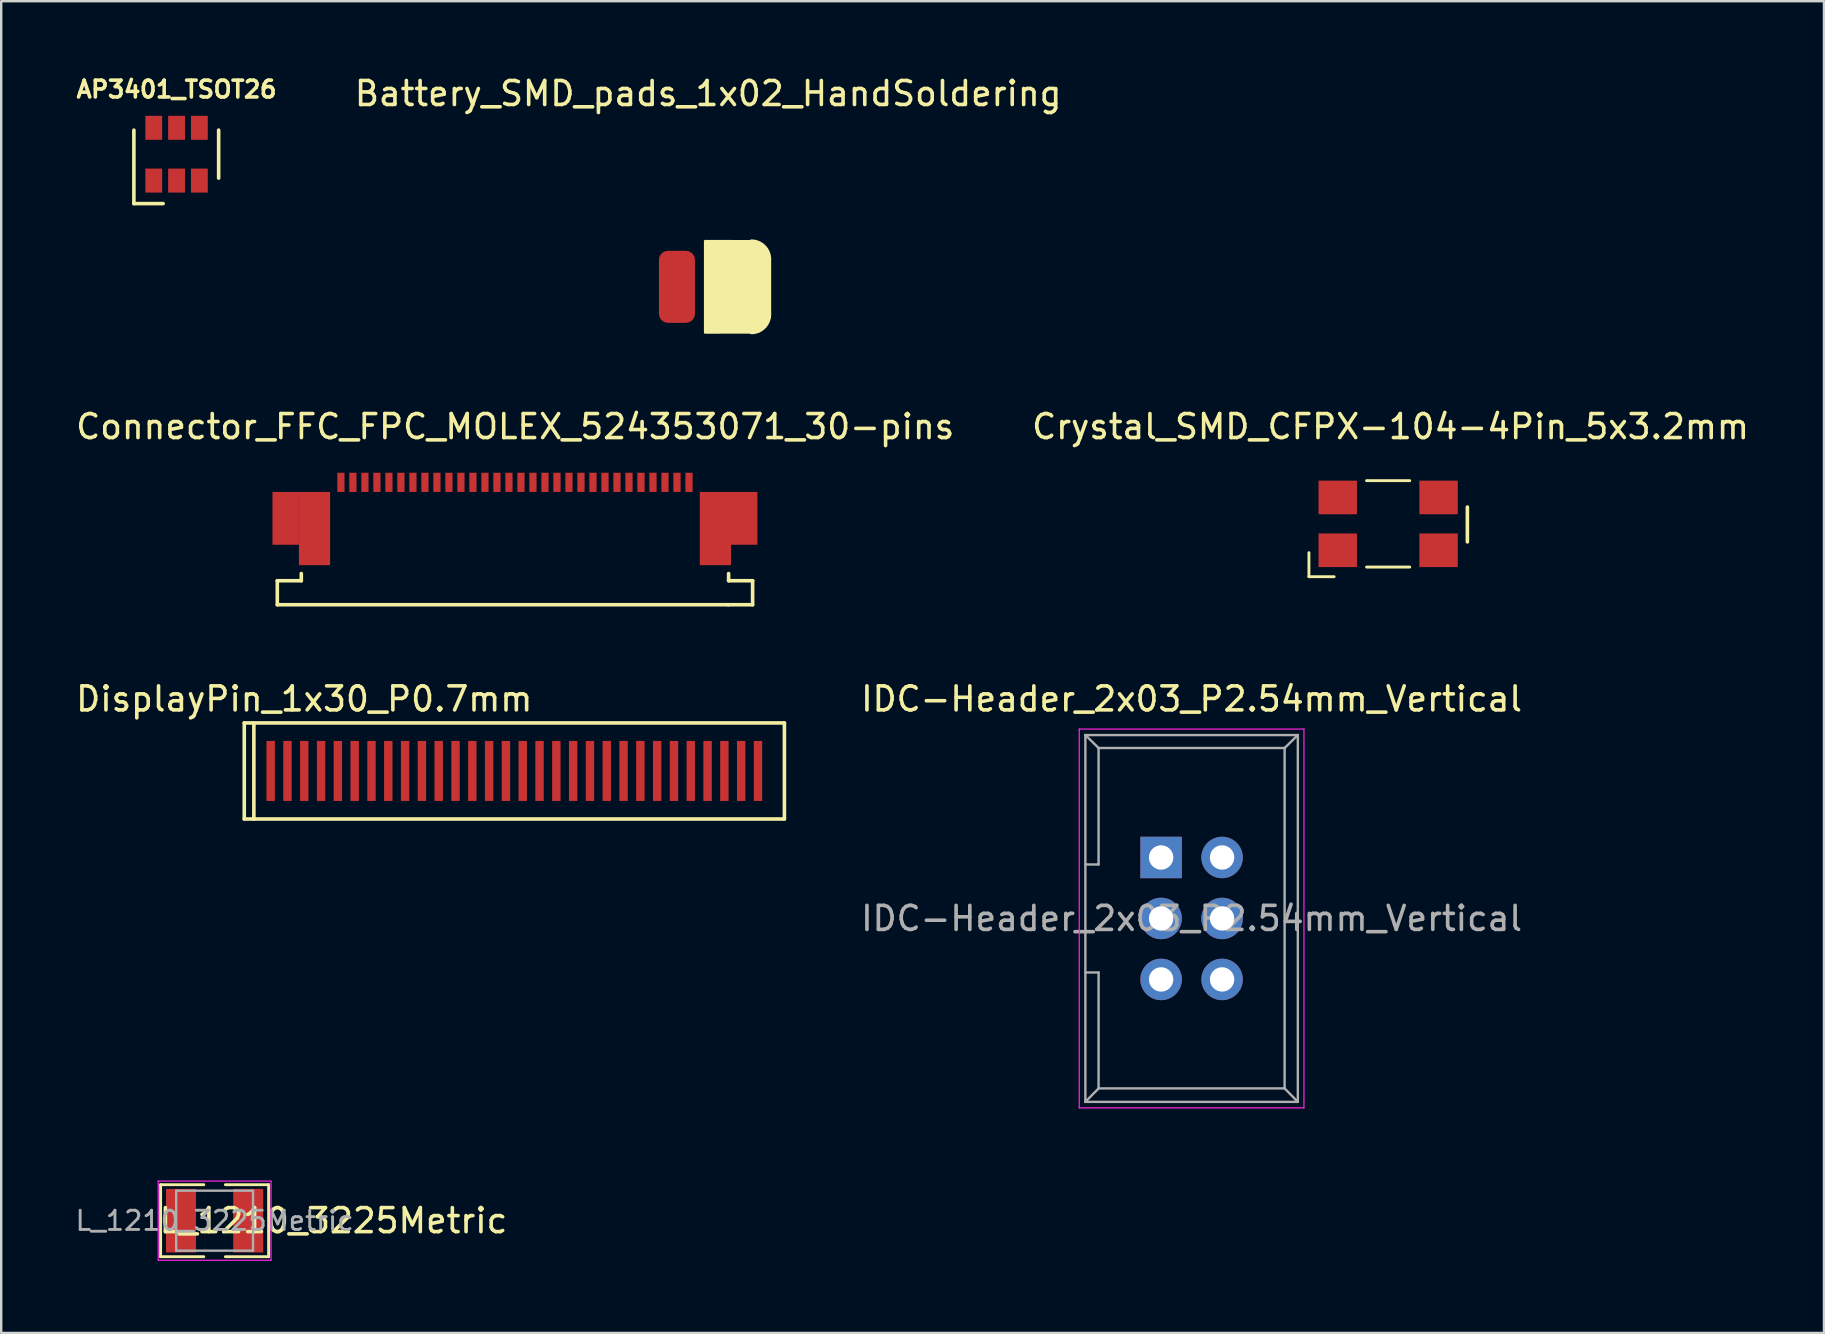
<source format=kicad_pcb>
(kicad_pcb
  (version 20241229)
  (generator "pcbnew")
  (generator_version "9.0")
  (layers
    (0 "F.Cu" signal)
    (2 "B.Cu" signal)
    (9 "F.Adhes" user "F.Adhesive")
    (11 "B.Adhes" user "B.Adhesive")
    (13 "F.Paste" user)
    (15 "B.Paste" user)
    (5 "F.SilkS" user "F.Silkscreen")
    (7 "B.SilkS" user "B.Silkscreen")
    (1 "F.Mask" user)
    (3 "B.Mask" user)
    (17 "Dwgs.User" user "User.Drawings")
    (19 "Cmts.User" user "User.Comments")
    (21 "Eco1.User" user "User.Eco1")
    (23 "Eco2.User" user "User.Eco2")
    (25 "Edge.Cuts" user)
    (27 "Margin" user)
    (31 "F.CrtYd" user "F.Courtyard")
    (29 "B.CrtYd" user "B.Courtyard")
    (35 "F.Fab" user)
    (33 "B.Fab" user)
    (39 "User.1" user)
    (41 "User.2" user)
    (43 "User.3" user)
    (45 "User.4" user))
  (footprint "L_1210_3225Metric"
    (layer "F.Cu")
    (at 5.89 47.799)
    (property "Reference" "L_1210_3225Metric" (at 4.95 0 0) (layer "F.SilkS") (effects (font (size 1 1) (thickness 0.15))))
    (attr smd)
    (fp_line (start -2.25 -1.5) (end -2.25 1.5) (stroke (width 0.12) (type solid)) (layer "F.SilkS"))
    (fp_line (start -2.25 -1.5) (end -0.45 -1.5) (stroke (width 0.12) (type solid)) (layer "F.SilkS"))
    (fp_line (start -2.25 1.5) (end -0.45 1.5) (stroke (width 0.12) (type solid)) (layer "F.SilkS"))
    (fp_line (start 0.45 -1.5) (end 2.25 -1.5) (stroke (width 0.12) (type solid)) (layer "F.SilkS"))
    (fp_line (start 0.45 1.5) (end 2.25 1.5) (stroke (width 0.12) (type solid)) (layer "F.SilkS"))
    (fp_line (start 2.25 -1.5) (end 2.25 1.5) (stroke (width 0.12) (type solid)) (layer "F.SilkS"))
    (fp_line (start -2.35 -1.65) (end 2.35 -1.65) (stroke (width 0.05) (type solid)) (layer "F.CrtYd"))
    (fp_line (start -2.35 1.65) (end -2.35 -1.65) (stroke (width 0.05) (type solid)) (layer "F.CrtYd"))
    (fp_line (start 2.35 -1.65) (end 2.35 1.65) (stroke (width 0.05) (type solid)) (layer "F.CrtYd"))
    (fp_line (start 2.35 1.65) (end -2.35 1.65) (stroke (width 0.05) (type solid)) (layer "F.CrtYd"))
    (fp_line (start -1.6 -1.25) (end 1.6 -1.25) (stroke (width 0.1) (type solid)) (layer "F.Fab"))
    (fp_line (start -1.6 1.25) (end -1.6 -1.25) (stroke (width 0.1) (type solid)) (layer "F.Fab"))
    (fp_line (start 1.6 -1.25) (end 1.6 1.25) (stroke (width 0.1) (type solid)) (layer "F.Fab"))
    (fp_line (start 1.6 1.25) (end -1.6 1.25) (stroke (width 0.1) (type solid)) (layer "F.Fab"))
    (fp_text user "${REFERENCE}" (at 0 0 0) (layer "F.Fab") (effects (font (size 0.8 0.8) (thickness 0.12))))
    (pad "1" smd rect (at -1.4 0) (size 1.25 2.65) (layers "F.Cu" "F.Mask" "F.Paste"))
    (pad "2" smd rect (at 1.4 0) (size 1.25 2.65) (layers "F.Cu" "F.Mask" "F.Paste")))
  (footprint "IDC-Header_2x03_P2.54mm_Vertical"
    (layer "F.Cu")
    (at 45.317 32.669)
    (property "Reference" "IDC-Header_2x03_P2.54mm_Vertical" (at 1.27 -6.604 0) (layer "F.SilkS") (effects (font (size 1 1) (thickness 0.15))))
    (attr through_hole)
    (fp_line (start -3.41 -5.35) (end 5.95 -5.35) (stroke (width 0.05) (type solid)) (layer "F.CrtYd"))
    (fp_line (start -3.41 10.43) (end -3.41 -5.35) (stroke (width 0.05) (type solid)) (layer "F.CrtYd"))
    (fp_line (start 5.95 -5.35) (end 5.95 10.43) (stroke (width 0.05) (type solid)) (layer "F.CrtYd"))
    (fp_line (start 5.95 10.43) (end -3.41 10.43) (stroke (width 0.05) (type solid)) (layer "F.CrtYd"))
    (fp_line (start -3.155 -5.1) (end -3.155 10.18) (stroke (width 0.1) (type solid)) (layer "F.Fab"))
    (fp_line (start -3.155 -5.1) (end -2.605 -4.56) (stroke (width 0.1) (type solid)) (layer "F.Fab"))
    (fp_line (start -3.155 10.18) (end -2.605 9.62) (stroke (width 0.1) (type solid)) (layer "F.Fab"))
    (fp_line (start -2.605 -4.56) (end -2.605 0.29) (stroke (width 0.1) (type solid)) (layer "F.Fab"))
    (fp_line (start -2.605 0.29) (end -3.155 0.29) (stroke (width 0.1) (type solid)) (layer "F.Fab"))
    (fp_line (start -2.605 4.79) (end -3.155 4.79) (stroke (width 0.1) (type solid)) (layer "F.Fab"))
    (fp_line (start -2.605 4.79) (end -2.605 9.62) (stroke (width 0.1) (type solid)) (layer "F.Fab"))
    (fp_line (start 5.145 -4.56) (end -2.605 -4.56) (stroke (width 0.1) (type solid)) (layer "F.Fab"))
    (fp_line (start 5.145 -4.56) (end 5.145 9.62) (stroke (width 0.1) (type solid)) (layer "F.Fab"))
    (fp_line (start 5.145 9.62) (end -2.605 9.62) (stroke (width 0.1) (type solid)) (layer "F.Fab"))
    (fp_line (start 5.695 -5.1) (end -3.155 -5.1) (stroke (width 0.1) (type solid)) (layer "F.Fab"))
    (fp_line (start 5.695 -5.1) (end 5.145 -4.56) (stroke (width 0.1) (type solid)) (layer "F.Fab"))
    (fp_line (start 5.695 -5.1) (end 5.695 10.18) (stroke (width 0.1) (type solid)) (layer "F.Fab"))
    (fp_line (start 5.695 10.18) (end -3.155 10.18) (stroke (width 0.1) (type solid)) (layer "F.Fab"))
    (fp_line (start 5.695 10.18) (end 5.145 9.62) (stroke (width 0.1) (type solid)) (layer "F.Fab"))
    (fp_text user "${REFERENCE}" (at 1.27 2.54 0) (layer "F.Fab") (effects (font (size 1 1) (thickness 0.15))))
    (pad "1" thru_hole rect (at 0 0) (size 1.727 1.727) (drill 1.016) (layers "*.Cu" "*.Mask"))
    (pad "2" thru_hole oval (at 2.54 0) (size 1.727 1.727) (drill 1.016) (layers "*.Cu" "*.Mask"))
    (pad "3" thru_hole oval (at 0 2.54) (size 1.727 1.727) (drill 1.016) (layers "*.Cu" "*.Mask"))
    (pad "4" thru_hole oval (at 2.54 2.54) (size 1.727 1.727) (drill 1.016) (layers "*.Cu" "*.Mask"))
    (pad "5" thru_hole oval (at 0 5.08) (size 1.727 1.727) (drill 1.016) (layers "*.Cu" "*.Mask"))
    (pad "6" thru_hole oval (at 2.54 5.08) (size 1.727 1.727) (drill 1.016) (layers "*.Cu" "*.Mask")))
  (footprint "Battery_SMD_pads_1x02_HandSoldering"
    (layer "F.Cu")
    (at 26.449 8.898)
    (property "Reference" "Battery_SMD_pads_1x02_HandSoldering" (at 0 -8.05 0) (layer "F.SilkS") (effects (font (size 1 1) (thickness 0.15))))
    (attr through_hole)
    (fp_line (start 2.55 -1.15) (end 2.55 1.15) (stroke (width 0.15) (type solid)) (layer "F.SilkS"))
    (fp_arc (start 1.8 -1.9) (mid 2.33033 -1.68033) (end 2.55 -1.15) (stroke (width 0.15) (type solid)) (layer "F.SilkS"))
    (fp_arc (start 2.55 1.15) (mid 2.33033 1.68033) (end 1.8 1.9) (stroke (width 0.15) (type solid)) (layer "F.SilkS"))
    (fp_poly (pts (xy -0.127 -1.905) (xy -0.127 1.905) (xy 1.15 1.9) (xy 1.75 1.9) (xy 2.1 1.85) (xy 2.3 1.7) (xy 2.45 1.5) (xy 2.55 1.3) (xy 2.55 -1.2) (xy 2.5 -1.4) (xy 2.4 -1.6) (xy 2.25 -1.75) (xy 2.05 -1.85) (xy 1.85 -1.9)) (stroke (width 0.1) (type solid)) (fill yes) (layer "F.SilkS"))
    (pad "1" smd roundrect (at 1.3 0) (size 1.5 3) (layers "F.Cu" "F.Mask" "F.Paste") (roundrect_rratio 0.25))
    (pad "2" smd roundrect (at -1.3 0) (size 1.5 3) (layers "F.Cu" "F.Mask" "F.Paste") (roundrect_rratio 0.25)))
  (footprint "DisplayPin_1x30_P0.7mm"
    (layer "F.Cu")
    (at 8.225 29.065)
    (property "Reference" "DisplayPin_1x30_P0.7mm" (at 1.4 -3 0) (layer "F.SilkS") (effects (font (size 1 1) (thickness 0.15))))
    (attr through_hole)
    (fp_line (start -1.1 -2) (end 21.4 -2) (stroke (width 0.15) (type solid)) (layer "F.SilkS"))
    (fp_line (start -1.1 2) (end -1.1 -2) (stroke (width 0.15) (type solid)) (layer "F.SilkS"))
    (fp_line (start -1.1 2) (end 21.4 2) (stroke (width 0.15) (type solid)) (layer "F.SilkS"))
    (fp_line (start -0.7 2) (end -0.7 -2) (stroke (width 0.15) (type solid)) (layer "F.SilkS"))
    (fp_line (start 21.4 2) (end 21.4 -2) (stroke (width 0.15) (type solid)) (layer "F.SilkS"))
    (pad "1" smd rect (at 0 0) (size 0.35 2.5) (layers "F.Cu" "F.Mask" "F.Paste"))
    (pad "2" smd rect (at 0.7 0) (size 0.35 2.5) (layers "F.Cu" "F.Mask" "F.Paste"))
    (pad "3" smd rect (at 1.4 0) (size 0.35 2.5) (layers "F.Cu" "F.Mask" "F.Paste"))
    (pad "4" smd rect (at 2.1 0) (size 0.35 2.5) (layers "F.Cu" "F.Mask" "F.Paste"))
    (pad "5" smd rect (at 2.8 0) (size 0.35 2.5) (layers "F.Cu" "F.Mask" "F.Paste"))
    (pad "6" smd rect (at 3.5 0) (size 0.35 2.5) (layers "F.Cu" "F.Mask" "F.Paste"))
    (pad "7" smd rect (at 4.2 0) (size 0.35 2.5) (layers "F.Cu" "F.Mask" "F.Paste"))
    (pad "8" smd rect (at 4.9 0) (size 0.35 2.5) (layers "F.Cu" "F.Mask" "F.Paste"))
    (pad "9" smd rect (at 5.6 0) (size 0.35 2.5) (layers "F.Cu" "F.Mask" "F.Paste"))
    (pad "10" smd rect (at 6.3 0) (size 0.35 2.5) (layers "F.Cu" "F.Mask" "F.Paste"))
    (pad "11" smd rect (at 7 0) (size 0.35 2.5) (layers "F.Cu" "F.Mask" "F.Paste"))
    (pad "12" smd rect (at 7.7 0) (size 0.35 2.5) (layers "F.Cu" "F.Mask" "F.Paste"))
    (pad "13" smd rect (at 8.4 0) (size 0.35 2.5) (layers "F.Cu" "F.Mask" "F.Paste"))
    (pad "14" smd rect (at 9.1 0) (size 0.35 2.5) (layers "F.Cu" "F.Mask" "F.Paste"))
    (pad "15" smd rect (at 9.8 0) (size 0.35 2.5) (layers "F.Cu" "F.Mask" "F.Paste"))
    (pad "16" smd rect (at 10.5 0) (size 0.35 2.5) (layers "F.Cu" "F.Mask" "F.Paste"))
    (pad "17" smd rect (at 11.2 0) (size 0.35 2.5) (layers "F.Cu" "F.Mask" "F.Paste"))
    (pad "18" smd rect (at 11.9 0) (size 0.35 2.5) (layers "F.Cu" "F.Mask" "F.Paste"))
    (pad "19" smd rect (at 12.6 0) (size 0.35 2.5) (layers "F.Cu" "F.Mask" "F.Paste"))
    (pad "20" smd rect (at 13.3 0) (size 0.35 2.5) (layers "F.Cu" "F.Mask" "F.Paste"))
    (pad "21" smd rect (at 14 0) (size 0.35 2.5) (layers "F.Cu" "F.Mask" "F.Paste"))
    (pad "22" smd rect (at 14.7 0) (size 0.35 2.5) (layers "F.Cu" "F.Mask" "F.Paste"))
    (pad "23" smd rect (at 15.4 0) (size 0.35 2.5) (layers "F.Cu" "F.Mask" "F.Paste"))
    (pad "24" smd rect (at 16.1 0) (size 0.35 2.5) (layers "F.Cu" "F.Mask" "F.Paste"))
    (pad "25" smd rect (at 16.8 0) (size 0.35 2.5) (layers "F.Cu" "F.Mask" "F.Paste"))
    (pad "26" smd rect (at 17.5 0) (size 0.35 2.5) (layers "F.Cu" "F.Mask" "F.Paste"))
    (pad "27" smd rect (at 18.2 0) (size 0.35 2.5) (layers "F.Cu" "F.Mask" "F.Paste"))
    (pad "28" smd rect (at 18.9 0) (size 0.35 2.5) (layers "F.Cu" "F.Mask" "F.Paste"))
    (pad "29" smd rect (at 19.6 0) (size 0.35 2.5) (layers "F.Cu" "F.Mask" "F.Paste"))
    (pad "30" smd rect (at 20.3 0) (size 0.35 2.5) (layers "F.Cu" "F.Mask" "F.Paste")))
  (footprint "Connector_FFC_FPC_MOLEX_524353071_30-pins"
    (layer "F.Cu")
    (at 18.401 18.942)
    (property "Reference" "Connector_FFC_FPC_MOLEX_524353071_30-pins" (at 0.01 -4.22 0) (layer "F.SilkS") (effects (font (size 1 1) (thickness 0.15))))
    (attr through_hole)
    (fp_line (start -9.9 2.2) (end -9.9 3.2) (stroke (width 0.15) (type solid)) (layer "F.SilkS"))
    (fp_line (start -9.9 3.2) (end 8.89 3.2) (stroke (width 0.15) (type solid)) (layer "F.SilkS"))
    (fp_line (start -8.9 2.2) (end -9.9 2.2) (stroke (width 0.15) (type solid)) (layer "F.SilkS"))
    (fp_line (start -8.9 2.2) (end -8.9 1.9) (stroke (width 0.15) (type solid)) (layer "F.SilkS"))
    (fp_line (start 8.89 3.2) (end 9.9 3.2) (stroke (width 0.15) (type solid)) (layer "F.SilkS"))
    (fp_line (start 8.9 2.2) (end 8.9 1.9) (stroke (width 0.15) (type solid)) (layer "F.SilkS"))
    (fp_line (start 9.9 2.2) (end 8.9 2.2) (stroke (width 0.15) (type solid)) (layer "F.SilkS"))
    (fp_line (start 9.9 3.2) (end 9.9 2.2) (stroke (width 0.15) (type solid)) (layer "F.SilkS"))
    (pad "" smd rect (at -9.55 -0.405) (size 1.1 2.2) (drill (offset 0 0.005)) (layers "F.Cu" "F.Mask" "F.Paste"))
    (pad "" smd rect (at -8.35 0.025) (size 1.3 3.05) (layers "F.Cu" "F.Mask" "F.Paste"))
    (pad "" smd rect (at 8.35 0.025) (size 1.3 3.05) (layers "F.Cu" "F.Mask" "F.Paste"))
    (pad "" smd rect (at 9.55 -0.405) (size 1.1 2.2) (drill (offset 0 0.005)) (layers "F.Cu" "F.Mask" "F.Paste"))
    (pad "1" smd rect (at -7.25 -1.9) (size 0.3 0.8) (layers "F.Cu" "F.Mask" "F.Paste"))
    (pad "2" smd rect (at -6.75 -1.9) (size 0.3 0.8) (layers "F.Cu" "F.Mask" "F.Paste"))
    (pad "3" smd rect (at -6.25 -1.9) (size 0.3 0.8) (layers "F.Cu" "F.Mask" "F.Paste"))
    (pad "4" smd rect (at -5.75 -1.9) (size 0.3 0.8) (layers "F.Cu" "F.Mask" "F.Paste"))
    (pad "5" smd rect (at -5.25 -1.9) (size 0.3 0.8) (layers "F.Cu" "F.Mask" "F.Paste"))
    (pad "6" smd rect (at -4.75 -1.9) (size 0.3 0.8) (layers "F.Cu" "F.Mask" "F.Paste"))
    (pad "7" smd rect (at -4.25 -1.9) (size 0.3 0.8) (layers "F.Cu" "F.Mask" "F.Paste"))
    (pad "8" smd rect (at -3.75 -1.9) (size 0.3 0.8) (layers "F.Cu" "F.Mask" "F.Paste"))
    (pad "9" smd rect (at -3.25 -1.9) (size 0.3 0.8) (layers "F.Cu" "F.Mask" "F.Paste"))
    (pad "10" smd rect (at -2.75 -1.9) (size 0.3 0.8) (layers "F.Cu" "F.Mask" "F.Paste"))
    (pad "11" smd rect (at -2.25 -1.9) (size 0.3 0.8) (layers "F.Cu" "F.Mask" "F.Paste"))
    (pad "12" smd rect (at -1.75 -1.9) (size 0.3 0.8) (layers "F.Cu" "F.Mask" "F.Paste"))
    (pad "13" smd rect (at -1.25 -1.9) (size 0.3 0.8) (layers "F.Cu" "F.Mask" "F.Paste"))
    (pad "14" smd rect (at -0.75 -1.9) (size 0.3 0.8) (layers "F.Cu" "F.Mask" "F.Paste"))
    (pad "15" smd rect (at -0.25 -1.9) (size 0.3 0.8) (layers "F.Cu" "F.Mask" "F.Paste"))
    (pad "16" smd rect (at 0.25 -1.9) (size 0.3 0.8) (layers "F.Cu" "F.Mask" "F.Paste"))
    (pad "17" smd rect (at 0.75 -1.9) (size 0.3 0.8) (layers "F.Cu" "F.Mask" "F.Paste"))
    (pad "18" smd rect (at 1.25 -1.9) (size 0.3 0.8) (layers "F.Cu" "F.Mask" "F.Paste"))
    (pad "19" smd rect (at 1.75 -1.9) (size 0.3 0.8) (layers "F.Cu" "F.Mask" "F.Paste"))
    (pad "20" smd rect (at 2.25 -1.9) (size 0.3 0.8) (layers "F.Cu" "F.Mask" "F.Paste"))
    (pad "21" smd rect (at 2.75 -1.9) (size 0.3 0.8) (layers "F.Cu" "F.Mask" "F.Paste"))
    (pad "22" smd rect (at 3.25 -1.9) (size 0.3 0.8) (layers "F.Cu" "F.Mask" "F.Paste"))
    (pad "23" smd rect (at 3.75 -1.9) (size 0.3 0.8) (layers "F.Cu" "F.Mask" "F.Paste"))
    (pad "24" smd rect (at 4.25 -1.9) (size 0.3 0.8) (layers "F.Cu" "F.Mask" "F.Paste"))
    (pad "25" smd rect (at 4.75 -1.9) (size 0.3 0.8) (layers "F.Cu" "F.Mask" "F.Paste"))
    (pad "26" smd rect (at 5.25 -1.9) (size 0.3 0.8) (layers "F.Cu" "F.Mask" "F.Paste"))
    (pad "27" smd rect (at 5.75 -1.9) (size 0.3 0.8) (layers "F.Cu" "F.Mask" "F.Paste"))
    (pad "28" smd rect (at 6.25 -1.9) (size 0.3 0.8) (layers "F.Cu" "F.Mask" "F.Paste"))
    (pad "29" smd rect (at 6.75 -1.9) (size 0.3 0.8) (layers "F.Cu" "F.Mask" "F.Paste"))
    (pad "30" smd rect (at 7.25 -1.9) (size 0.3 0.8) (layers "F.Cu" "F.Mask" "F.Paste")))
  (footprint "AP3401_TSOT26"
    (layer "F.Cu")
    (at 4.305 3.373)
    (property "Reference" "AP3401_TSOT26" (at 0 -2.7 0) (layer "F.SilkS") (effects (font (size 0.7 0.7) (thickness 0.15))))
    (attr through_hole)
    (fp_line (start -1.778 -1.001) (end -1.778 2.057) (stroke (width 0.15) (type solid)) (layer "F.SilkS"))
    (fp_line (start -1.778 2.057) (end -0.559 2.057) (stroke (width 0.15) (type solid)) (layer "F.SilkS"))
    (fp_line (start 1.753 -1.003) (end 1.753 0.997) (stroke (width 0.15) (type solid)) (layer "F.SilkS"))
    (pad "1" smd rect (at -0.95 1.099) (size 0.7 1) (layers "F.Cu" "F.Mask" "F.Paste"))
    (pad "2" smd rect (at 0 1.099) (size 0.7 1) (layers "F.Cu" "F.Mask" "F.Paste"))
    (pad "3" smd rect (at 0.95 1.099) (size 0.7 1) (layers "F.Cu" "F.Mask" "F.Paste"))
    (pad "4" smd rect (at 0.95 -1.099) (size 0.7 1) (layers "F.Cu" "F.Mask" "F.Paste"))
    (pad "5" smd rect (at 0 -1.099) (size 0.7 1) (layers "F.Cu" "F.Mask" "F.Paste"))
    (pad "6" smd rect (at -0.95 -1.099) (size 0.7 1) (layers "F.Cu" "F.Mask" "F.Paste")))
  (footprint "Crystal_SMD_CFPX-104-4Pin_5x3.2mm"
    (layer "F.Cu")
    (at 54.875 18.872)
    (property "Reference" "Crystal_SMD_CFPX-104-4Pin_5x3.2mm" (at 0 -4.15 0) (layer "F.SilkS") (effects (font (size 1 1) (thickness 0.15))))
    (attr through_hole)
    (fp_line (start -3.4 1.1) (end -3.4 2.1) (stroke (width 0.12) (type solid)) (layer "F.SilkS"))
    (fp_line (start -3.4 2.1) (end -2.35 2.1) (stroke (width 0.12) (type solid)) (layer "F.SilkS"))
    (fp_line (start -1 -1.9) (end 0.8 -1.9) (stroke (width 0.12) (type solid)) (layer "F.SilkS"))
    (fp_line (start -1 1.7) (end 0.8 1.7) (stroke (width 0.12) (type solid)) (layer "F.SilkS"))
    (fp_line (start 3.2 -0.8) (end 3.2 0.65) (stroke (width 0.15) (type solid)) (layer "F.SilkS"))
    (pad "1" smd rect (at -2.2 1) (size 1.6 1.4) (layers "F.Cu" "F.Mask" "F.Paste"))
    (pad "2" smd rect (at 2 1) (size 1.6 1.4) (layers "F.Cu" "F.Mask" "F.Paste"))
    (pad "3" smd rect (at 2 -1.2) (size 1.6 1.4) (layers "F.Cu" "F.Mask" "F.Paste"))
    (pad "4" smd rect (at -2.2 -1.2) (size 1.6 1.4) (layers "F.Cu" "F.Mask" "F.Paste")))
  (gr_rect
    (start -3 -3)
    (end 72.929 52.474)
    (stroke (width 0.1) (type default))
    (fill no)
    (layer "Edge.Cuts")))
</source>
